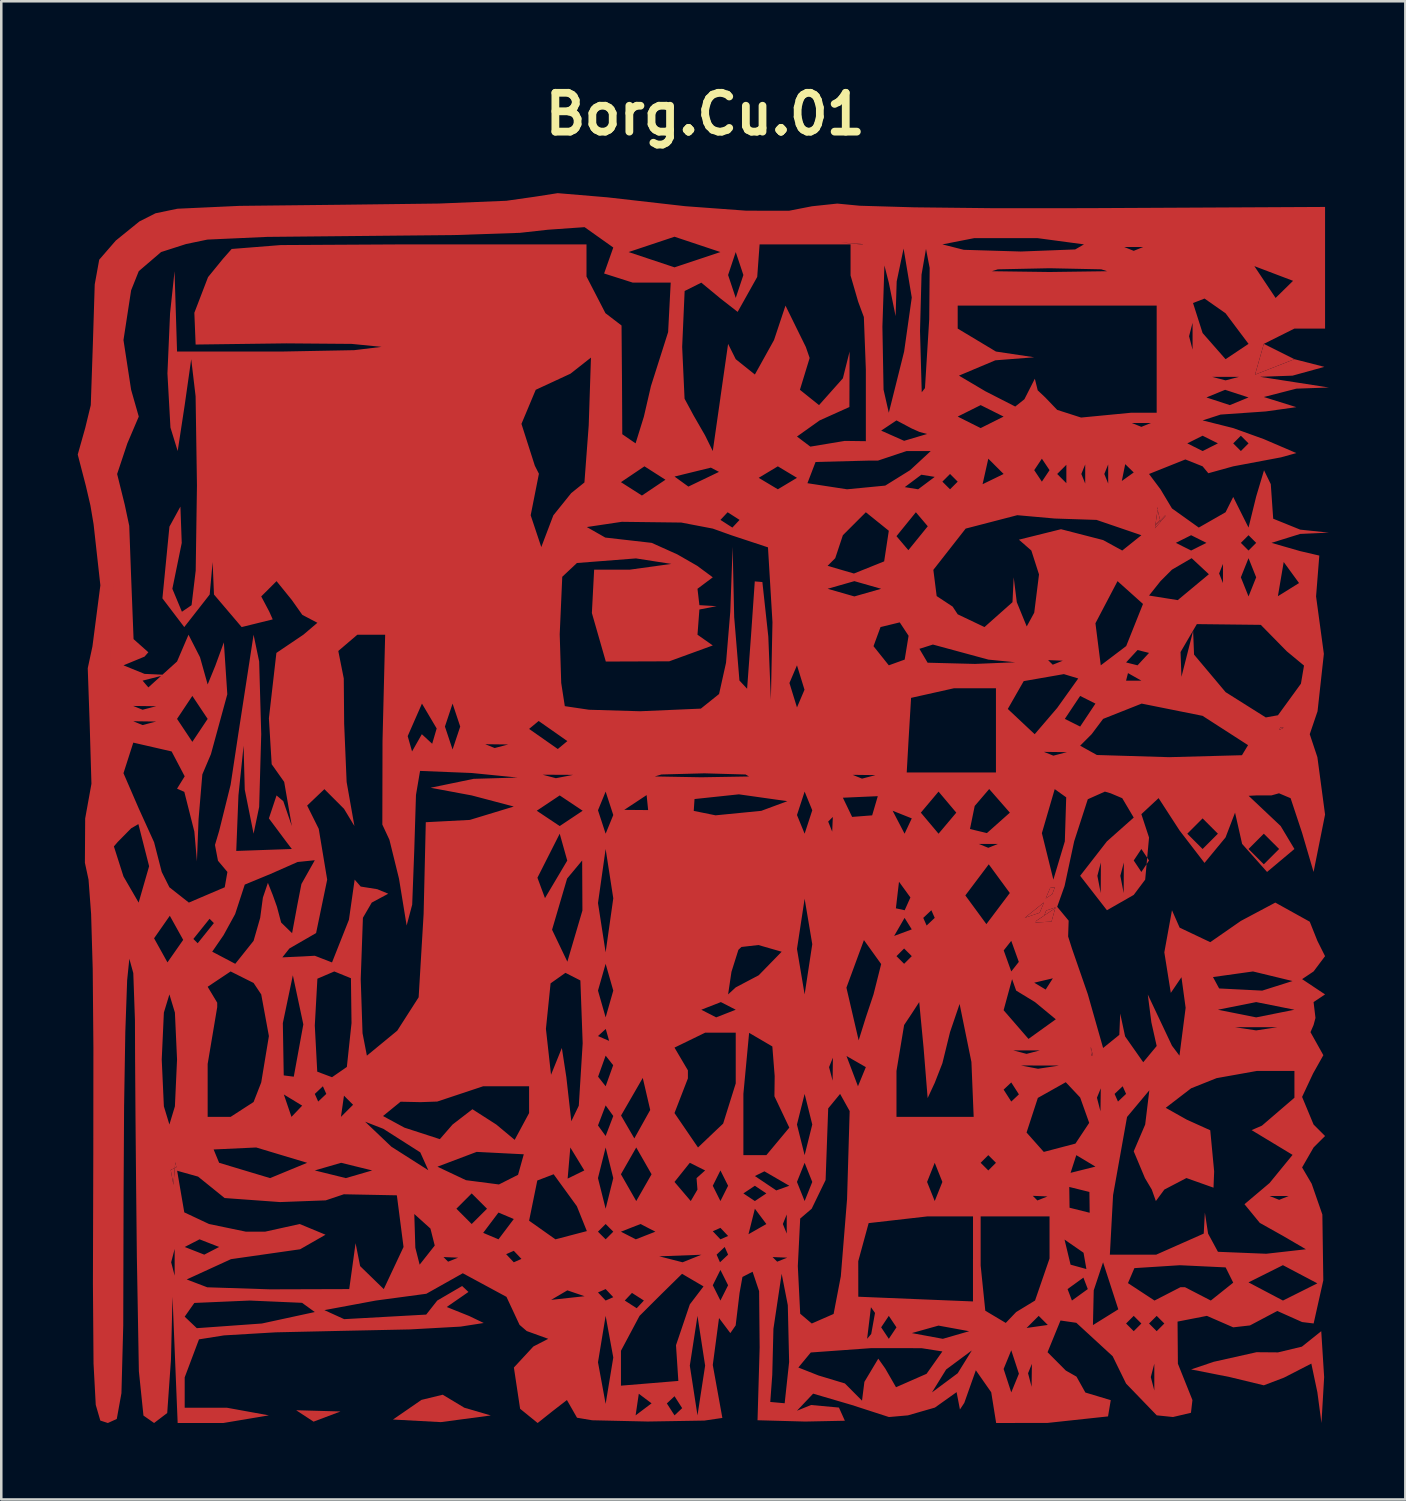
<source format=kicad_pcb>
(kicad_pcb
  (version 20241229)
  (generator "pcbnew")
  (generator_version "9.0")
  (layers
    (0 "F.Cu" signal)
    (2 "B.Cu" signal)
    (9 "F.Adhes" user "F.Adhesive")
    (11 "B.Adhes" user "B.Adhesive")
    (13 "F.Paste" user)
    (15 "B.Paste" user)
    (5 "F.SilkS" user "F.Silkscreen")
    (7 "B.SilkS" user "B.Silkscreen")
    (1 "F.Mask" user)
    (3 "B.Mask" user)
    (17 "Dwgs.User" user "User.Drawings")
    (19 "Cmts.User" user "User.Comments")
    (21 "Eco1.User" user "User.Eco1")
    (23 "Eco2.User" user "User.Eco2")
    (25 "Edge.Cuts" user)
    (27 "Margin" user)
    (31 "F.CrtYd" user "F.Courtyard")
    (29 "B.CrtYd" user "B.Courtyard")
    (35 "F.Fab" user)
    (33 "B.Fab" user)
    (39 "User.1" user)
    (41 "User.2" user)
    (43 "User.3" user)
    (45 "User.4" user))
  (footprint "Borg.Cu.01"
    (layer "F.Cu")
    (at 24.62 28.718)
    (property "Reference" "Borg.Cu.01" (at 0 -27.292 0) (layer "F.SilkS") (effects (font (size 1.524 1.524) (thickness 0.305))))
    (attr smd)
    (fp_poly (pts (xy -24.009 13.483) (xy -23.201 1.444) (xy -22.825 2.622) (xy -22.23 3.648) (xy -21.819 2.221) (xy -22.24 0.568) (xy -22.525 0.735) (xy -23.051 1.269) (xy -23.201 1.444) (xy -24.009 13.483) (xy -23.074 -13.169) (xy -22.776 -11.968) (xy -22.599 -11.136) (xy -22.525 -9.136) (xy -22.429 -6.69) (xy -21.849 -6.174) (xy -21.999 -6.003) (xy -22.825 -5.662) (xy -21.999 -5.326) (xy -21.174 -5.29) (xy -22.075 -5.061) (xy -21.849 -4.796) (xy -20.723 -5.812) (xy -20.273 -6.863) (xy -19.822 -5.98) (xy -19.522 -4.911) (xy -19.222 -5.644) (xy -18.886 -6.563) (xy -18.751 -4.527) (xy -19.394 -2.175) (xy -19.731 -1.38) (xy -19.879 0.377) (xy -19.943 2.029) (xy -20.044 0.861) (xy -20.438 -0.697) (xy -20.723 -0.822) (xy -20.423 -1.307) (xy -20.936 -2.283) (xy -22.44 -2.629) (xy -22.825 -1.429) (xy -22.225 -0.043) (xy -21.624 1.28) (xy -21.324 2.446) (xy -21.023 3.047) (xy -20.26 3.648) (xy -18.852 3.047) (xy -18.852 3.047) (xy -18.747 2.446) (xy -19.117 2.006) (xy -19.235 1.387) (xy -19.071 0.836) (xy -18.621 -0.975) (xy -18.321 -2.959) (xy -18.02 -4.911) (xy -17.72 -6.863) (xy -17.501 -5.812) (xy -17.42 -2.959) (xy -17.501 -0.106) (xy -17.72 0.945) (xy -18.066 -0.782) (xy -18.112 -2.509) (xy -18.314 -0.557) (xy -18.4 1.621) (xy -16.219 1.545) (xy -16.444 1.25) (xy -17.119 0.344) (xy -16.819 -0.557) (xy -16.554 -0.331) (xy -16.219 0.645) (xy -16.519 -1.088) (xy -17.01 -1.781) (xy -17.119 -3.582) (xy -16.825 -6.149) (xy -15.767 -6.863) (xy -15.216 -7.331) (xy -15.807 -7.641) (xy -16.219 -8.224) (xy -16.819 -8.965) (xy -17.42 -8.365) (xy -17.102 -7.764) (xy -16.969 -7.464) (xy -18.188 -7.163) (xy -19.274 -8.44) (xy -19.327 -9.716) (xy -19.442 -8.44) (xy -20.44 -7.163) (xy -21.297 -8.29) (xy -21.022 -11.103) (xy -20.591 -11.89) (xy -20.539 -10.463) (xy -20.907 -8.665) (xy -20.532 -7.764) (xy -20.153 -8.022) (xy -19.991 -9.38) (xy -19.942 -12.719) (xy -19.995 -16.219) (xy -20.167 -17.674) (xy -20.423 -15.872) (xy -20.698 -14.07) (xy -20.982 -14.993) (xy -21.1 -17.116) (xy -20.997 -19.476) (xy -20.821 -21.128) (xy -20.772 -19.551) (xy -20.723 -17.974) (xy -16.619 -17.974) (xy -13.774 -18.028) (xy -12.698 -18.158) (xy -13.872 -18.274) (xy -16.438 -18.295) (xy -19.994 -18.249) (xy -20.044 -19.495) (xy -19.507 -20.894) (xy -18.921 -21.613) (xy -18.58 -21.999) (xy -16.654 -22.152) (xy -11.789 -22.179) (xy -4.657 -22.179) (xy -4.657 -20.919) (xy -3.914 -19.48) (xy -3.282 -18.996) (xy -3.264 -16.836) (xy -3.253 -14.73) (xy -2.731 -14.371) (xy -2.405 -15.422) (xy -2.129 -16.615) (xy -1.454 -18.738) (xy -1.353 -20.678) (xy -2.84 -20.678) (xy -3.966 -21.037) (xy -3.606 -22.056) (xy -4.732 -22.855) (xy -6.169 -22.754) (xy -7.27 -22.632) (xy -9.858 -22.544) (xy -13.372 -22.51) (xy -17.187 -22.473) (xy -19.532 -22.367) (xy -20.368 -22.193) (xy -21.349 -21.878) (xy -22.225 -21.128) (xy -22.525 -20.377) (xy -22.825 -18.425) (xy -22.525 -16.473) (xy -22.225 -15.422) (xy -22.673 -14.371) (xy -23.074 -13.169) (xy -24.009 13.483) (xy -24.005 9.338) (xy -24.032 6.25) (xy -21.007 4.165) (xy -21.624 5.049) (xy -21.099 5.994) (xy -20.482 5.111) (xy -21.007 4.165) (xy -24.032 6.25) (xy -22.444 -4.068) (xy -22.075 -3.919) (xy -21.543 -4.057) (xy -21.543 -4.057) (xy -22.444 -4.068) (xy -24.032 6.25) (xy -24.095 4.094) (xy -21.023 7.251) (xy -21.24 7.964) (xy -21.324 9.804) (xy -21.24 11.643) (xy -21.023 12.356) (xy -20.807 11.643) (xy -20.723 9.804) (xy -20.807 7.964) (xy -21.023 7.251) (xy -24.095 4.094) (xy -19.147 7.575) (xy -19.147 7.75) (xy -19.522 9.979) (xy -19.522 12.056) (xy -18.621 12.056) (xy -17.72 11.473) (xy -17.42 10.705) (xy -17.119 8.885) (xy -17.42 7.251) (xy -17.72 6.801) (xy -18.621 6.35) (xy -19.522 6.951) (xy -19.147 7.575) (xy -24.095 4.094) (xy -18.444 4.099) (xy -18.9 4.93) (xy -19.343 5.574) (xy -18.439 6.05) (xy -17.72 5.149) (xy -17.461 4.248) (xy -17.355 3.453) (xy -17.158 2.873) (xy -16.969 3.347) (xy -16.804 3.807) (xy -16.639 4.429) (xy -16.209 4.849) (xy -15.993 3.687) (xy -15.843 2.919) (xy -15.318 1.986) (xy -15.993 2.055) (xy -17.062 2.527) (xy -18.066 2.942) (xy -18.444 4.099) (xy -24.095 4.094) (xy -22.444 -3.468) (xy -22.075 -3.318) (xy -21.543 -3.456) (xy -21.543 -3.456) (xy -22.444 -3.468) (xy -24.095 4.094) (xy -24.196 2.747) (xy -24.339 2.084) (xy -24.328 0.348) (xy -24.082 -1.014) (xy -20.719 14.17) (xy -20.439 15.803) (xy -19.467 16.26) (xy -18.019 16.561) (xy -17.27 16.561) (xy -15.91 16.26) (xy -14.897 16.68) (xy -15.894 17.251) (xy -18.607 17.639) (xy -20.344 18.435) (xy -19.538 18.743) (xy -17.079 18.823) (xy -13.967 18.813) (xy -13.842 17.912) (xy -13.842 17.912) (xy -13.718 17.011) (xy -13.539 17.912) (xy -12.612 18.813) (xy -11.836 17.161) (xy -12.098 15.134) (xy -14.178 15.093) (xy -14.889 15.332) (xy -16.681 15.399) (xy -18.856 15.241) (xy -19.898 14.4) (xy -20.719 14.17) (xy -24.082 -1.014) (xy -24.152 -3.392) (xy -20.423 17.161) (xy -19.655 17.462) (xy -19.072 17.161) (xy -19.84 16.861) (xy -20.423 17.161) (xy -24.152 -3.392) (xy -20.723 -3.56) (xy -20.123 -2.659) (xy -19.522 -3.56) (xy -20.123 -4.461) (xy -20.723 -3.56) (xy -24.152 -3.392) (xy -24.227 -5.548) (xy -24.043 -6.403) (xy -23.732 -8.802) (xy -23.998 -11.2) (xy -24.122 -11.935) (xy -24.301 -12.703) (xy -24.62 -13.932) (xy -24.327 -14.971) (xy -24.108 -15.872) (xy -24.026 -18.275) (xy -23.953 -20.608) (xy -23.777 -21.578) (xy -23.126 -22.329) (xy -22.199 -23.08) (xy -21.568 -23.399) (xy 13.042 -22.424) (xy 10.557 -22.424) (xy 9.307 -22.179) (xy 10.147 -21.966) (xy 12.385 -21.899) (xy 14.52 -21.981) (xy 14.863 -22.179) (xy 13.042 -22.424) (xy -21.568 -23.399) (xy -20.709 -23.578) (xy -18.273 -23.69) (xy -14.26 -23.734) (xy 5.704 -22.179) (xy 3.919 -22.179) (xy 2.135 -22.179) (xy 2.042 -20.902) (xy 1.274 -19.53) (xy 0.599 -20.056) (xy -0.152 -20.677) (xy -0.806 -20.35) (xy -0.903 -18.157) (xy -0.809 -16.124) (xy -0.453 -15.463) (xy -0.002 -14.68) (xy 0.298 -14.07) (xy 0.599 -16.173) (xy 0.598 -16.173) (xy 0.899 -18.275) (xy 1.199 -17.674) (xy 1.95 -17.073) (xy 2.701 -18.425) (xy 3.151 -19.776) (xy 3.602 -18.858) (xy 3.949 -18.154) (xy 4.099 -17.721) (xy 3.717 -16.473) (xy 4.467 -15.872) (xy 5.403 -16.923) (xy 5.666 -17.974) (xy 5.659 -15.797) (xy 4.492 -15.272) (xy 3.602 -14.639) (xy 4.127 -14.243) (xy 5.478 -14.468) (xy 6.304 -14.457) (xy 6.304 -17.284) (xy 6.226 -19.328) (xy 6.004 -19.926) (xy 5.704 -20.96) (xy 5.704 -22.179) (xy -14.26 -23.734) (xy 8.664 -22.002) (xy 8.489 -20.991) (xy 8.43 -18.783) (xy 8.497 -16.376) (xy 8.624 -16.539) (xy 8.791 -19.242) (xy 8.808 -21.257) (xy 8.664 -22.002) (xy -14.26 -23.734) (xy -10.449 -23.781) (xy 7.785 -22.016) (xy 7.514 -20.722) (xy 7.472 -19.362) (xy 7.205 -20.677) (xy 7.033 -21.352) (xy 6.954 -18.95) (xy 6.999 -16.479) (xy 7.205 -15.572) (xy 7.506 -16.773) (xy 7.806 -17.974) (xy 8.106 -20.094) (xy 7.785 -22.016) (xy -10.449 -23.781) (xy -1.203 -22.479) (xy -3.005 -21.878) (xy -1.203 -21.278) (xy 0.598 -21.878) (xy -1.203 -22.479) (xy -10.449 -23.781) (xy -7.801 -23.89) (xy -6.69 -24.048) (xy 1.199 -21.878) (xy 0.899 -20.977) (xy 1.199 -20.077) (xy 1.499 -20.977) (xy 1.199 -21.878) (xy -6.69 -24.048) (xy 15.539 -21.2) (xy 13.512 -21.243) (xy 11.485 -21.2) (xy 11.244 -21.126) (xy 13.512 -21.095) (xy 15.779 -21.126) (xy 15.539 -21.2) (xy -6.69 -24.048) (xy -5.787 -24.189) (xy -3.837 -24.025) (xy -0.781 -23.677) (xy 17.19 -22.077) (xy 16.44 -22.077) (xy 16.815 -21.926) (xy 17.19 -22.077) (xy -0.781 -23.677) (xy 1.614 -23.501) (xy 3.291 -23.499) (xy 4.192 -23.675) (xy 5.184 -23.78) (xy 13.812 -19.776) (xy 9.908 -19.776) (xy 9.908 -18.875) (xy 11.409 -17.974) (xy 12.911 -17.749) (xy 11.385 -17.63) (xy 9.958 -17.029) (xy 10.994 -16.416) (xy 12.166 -15.816) (xy 12.526 -16.103) (xy 12.935 -16.908) (xy 13.048 -16.452) (xy 13.344 -16.173) (xy 13.812 -15.685) (xy 14.75 -15.384) (xy 16.702 -15.572) (xy 17.716 -15.572) (xy 17.716 -17.674) (xy 17.716 -19.776) (xy 13.812 -19.776) (xy 5.184 -23.78) (xy 6.068 -23.695) (xy 6.78 -13.695) (xy 6.429 -13.695) (xy 4.331 -13.641) (xy 4.012 -12.808) (xy 5.567 -12.569) (xy 7.066 -12.714) (xy 8.041 -13.32) (xy 8.851 -14.07) (xy 7.903 -14.07) (xy 6.78 -13.695) (xy 6.068 -23.695) (xy 6.905 -14.871) (xy 7.806 -14.471) (xy 8.707 -14.739) (xy 8.406 -14.821) (xy 8.106 -14.954) (xy 7.506 -15.272) (xy 6.905 -14.871) (xy 6.068 -23.695) (xy 8.202 -23.633) (xy 21.548 -21.326) (xy 22.382 -20.077) (xy 23.067 -20.749) (xy 21.548 -21.326) (xy 8.202 -23.633) (xy 11.265 -23.599) (xy 14.938 -23.6) (xy 19.893 -16.98) (xy 20.419 -16.843) (xy 20.944 -16.98) (xy 19.893 -16.98) (xy 14.938 -23.6) (xy 19.124 -19.101) (xy 18.987 -18.575) (xy 19.124 -18.049) (xy 19.124 -19.101) (xy 14.938 -23.6) (xy 19.518 -18.7) (xy 20.419 -17.674) (xy 21.32 -18.275) (xy 20.869 -18.875) (xy 20.419 -19.476) (xy 19.593 -20.053) (xy 19.142 -19.878) (xy 19.518 -18.7) (xy 14.938 -23.6) (xy 24.323 -23.648) (xy 24.323 -21.262) (xy 24.323 -18.875) (xy 23.121 -18.875) (xy 21.92 -18.275) (xy 21.32 -16.173) (xy 20.401 -16.473) (xy 19.668 -16.173) (xy 20.586 -15.872) (xy 21.32 -16.173) (xy 21.92 -18.275) (xy 23.121 -17.674) (xy 16.74 -15.17) (xy 17.115 -15.019) (xy 17.491 -15.17) (xy 16.74 -15.17) (xy 23.121 -17.674) (xy 24.296 -17.373) (xy 23.046 -17.028) (xy 21.77 -16.983) (xy 23.121 -16.773) (xy 14.172 -13.53) (xy 13.812 -13.17) (xy 14.172 -12.809) (xy 14.172 -13.53) (xy 23.121 -16.773) (xy 14.912 -13.545) (xy 14.76 -13.17) (xy 14.912 -12.794) (xy 14.912 -13.545) (xy 23.121 -16.773) (xy 13.512 -13.32) (xy 13.211 -13.77) (xy 12.911 -13.32) (xy 13.211 -12.869) (xy 13.512 -13.32) (xy 23.121 -16.773) (xy 24.473 -16.563) (xy 23.196 -16.518) (xy 21.92 -16.19) (xy 23.196 -15.792) (xy -2.383 -13.47) (xy -3.305 -12.849) (xy -2.482 -12.324) (xy -1.559 -12.944) (xy -2.383 -13.47) (xy 23.196 -15.792) (xy 10.809 -14.971) (xy 11.71 -15.422) (xy 10.809 -15.872) (xy 9.908 -15.422) (xy 10.809 -14.971) (xy 23.196 -15.792) (xy 21.995 -15.624) (xy 20.225 -15.501) (xy 11.109 -13.77) (xy 10.884 -12.768) (xy 11.71 -13.17) (xy 11.109 -13.77) (xy 20.225 -15.501) (xy 19.518 -15.272) (xy 15.355 -11.368) (xy 13.716 -11.422) (xy 12.246 -11.553) (xy 10.221 -11.027) (xy 8.953 -9.408) (xy 9.083 -8.379) (xy 9.71 -7.966) (xy 9.908 -7.664) (xy 10.959 -7.163) (xy 12.058 -8.139) (xy 12.106 -9.115) (xy 12.227 -8.139) (xy 12.617 -7.187) (xy 12.911 -7.726) (xy 13.099 -9.228) (xy 12.798 -10.166) (xy 12.31 -10.592) (xy 13.962 -11.003) (xy 15.614 -10.577) (xy 16.365 -10.166) (xy 17.115 -10.767) (xy 15.355 -11.368) (xy 19.518 -15.272) (xy 15.813 -13.545) (xy 15.661 -13.17) (xy 15.813 -12.794) (xy 15.813 -13.545) (xy 19.518 -15.272) (xy 16.815 -13.23) (xy 16.481 -13.556) (xy 16.348 -12.895) (xy 16.815 -13.23) (xy 19.518 -15.272) (xy 20.118 -14.371) (xy 19.518 -14.671) (xy 18.917 -14.371) (xy 19.518 -14.07) (xy 20.118 -14.371) (xy 19.518 -15.272) (xy 21.019 -14.671) (xy 20.719 -14.371) (xy 21.019 -14.07) (xy 21.32 -14.371) (xy 21.019 -14.671) (xy 19.518 -15.272) (xy 20.719 -14.971) (xy 21.92 -14.538) (xy 23.196 -13.99) (xy 22.596 -13.823) (xy 20.719 -13.47) (xy 19.743 -13.199) (xy 19.518 -13.47) (xy 18.842 -13.74) (xy 17.416 -13.17) (xy 17.179 -8.07) (xy 16.18 -8.965) (xy 15.313 -7.313) (xy 15.522 -5.662) (xy 16.52 -6.418) (xy 17.179 -8.07) (xy 17.416 -13.17) (xy 18.316 -9.416) (xy 17.866 -8.965) (xy 17.416 -8.4) (xy 18.542 -8.22) (xy 19.764 -9.236) (xy 19.088 -9.866) (xy 18.316 -9.416) (xy 17.416 -13.17) (xy 18.467 -10.467) (xy 19.067 -10.166) (xy 19.668 -10.467) (xy 19.067 -10.767) (xy 18.467 -10.467) (xy 17.416 -13.17) (xy 17.866 -12.569) (xy 16.965 -6.262) (xy 16.515 -5.775) (xy 16.965 -5.662) (xy 17.416 -6.149) (xy 16.965 -6.262) (xy 17.866 -12.569) (xy 6.304 -11.668) (xy 5.403 -10.767) (xy 5.103 -9.866) (xy 4.803 -9.566) (xy 5.837 -9.264) (xy 7.023 -9.741) (xy 7.205 -10.942) (xy 6.304 -11.668) (xy 17.866 -12.569) (xy -5.958 -11.547) (xy -5.257 -12.419) (xy -4.738 -12.837) (xy -4.57 -15.078) (xy -4.482 -17.737) (xy -5.286 -17.105) (xy -6.649 -16.473) (xy -7.209 -15.136) (xy -6.684 -13.494) (xy -6.524 -13.179) (xy -6.847 -11.549) (xy -6.431 -10.302) (xy -5.958 -11.547) (xy 17.866 -12.569) (xy 8.734 -11.118) (xy 8.267 -11.668) (xy 7.506 -10.73) (xy 7.972 -10.18) (xy 8.734 -11.118) (xy 17.866 -12.569) (xy 1.349 -11.368) (xy 0.881 -11.668) (xy 0.599 -11.368) (xy 1.067 -11.067) (xy 1.349 -11.368) (xy 17.866 -12.569) (xy 9.608 -12.569) (xy 9.908 -12.869) (xy 9.608 -13.17) (xy 9.307 -12.869) (xy 9.608 -12.569) (xy 17.866 -12.569) (xy 18.316 -11.818) (xy 11.409 -4.761) (xy 9.758 -4.761) (xy 8.079 -4.385) (xy 7.98 -2.734) (xy 7.908 -1.457) (xy 9.659 -1.457) (xy 11.409 -1.457) (xy 11.409 -3.109) (xy 11.409 -4.761) (xy 18.316 -11.818) (xy 12.498 -5.042) (xy 11.874 -3.95) (xy 12.929 -2.959) (xy 13.812 -3.99) (xy 14.638 -5.146) (xy 14.074 -5.317) (xy 12.498 -5.042) (xy 18.316 -11.818) (xy 12.167 -5.782) (xy 11.113 -5.886) (xy 8.936 -6.477) (xy 8.406 -6.309) (xy 8.728 -5.765) (xy 10.584 -5.717) (xy 12.167 -5.782) (xy 18.316 -11.818) (xy 13.455 -5.867) (xy 13.637 -5.686) (xy 14.031 -5.843) (xy 13.455 -5.867) (xy 18.316 -11.818) (xy 21.019 -9.115) (xy 21.32 -8.365) (xy 21.62 -9.115) (xy 21.32 -9.866) (xy 21.019 -9.115) (xy 18.316 -11.818) (xy -0.659 -12.675) (xy 0.542 -13.252) (xy 0.223 -13.419) (xy -1.203 -13.069) (xy -0.659 -12.675) (xy 18.316 -11.818) (xy 2.851 -12.569) (xy 3.602 -13.019) (xy 2.851 -13.47) (xy 2.1 -13.019) (xy 2.851 -12.569) (xy 18.316 -11.818) (xy 8.356 -12.569) (xy 9.007 -13.056) (xy 8.482 -13.141) (xy 7.831 -12.654) (xy 8.356 -12.569) (xy 18.316 -11.818) (xy 19.368 -11.067) (xy 22.821 -6.212) (xy 21.801 -7.25) (xy 19.292 -7.279) (xy 18.652 -6.182) (xy 18.688 -5.211) (xy 18.917 -6.112) (xy 19.146 -7.013) (xy 19.182 -6.083) (xy 20.42 -4.61) (xy 21.997 -3.617) (xy 22.475 -3.703) (xy 23.376 -4.942) (xy 23.497 -5.652) (xy 22.821 -6.212) (xy 19.368 -11.067) (xy 20.317 -9.641) (xy 20.166 -9.266) (xy 20.317 -8.89) (xy 20.317 -9.641) (xy 19.368 -11.067) (xy 21.32 -10.767) (xy 21.019 -10.467) (xy 21.32 -10.166) (xy 21.62 -10.467) (xy 21.32 -10.767) (xy 19.368 -11.067) (xy 20.419 -11.668) (xy 22.7 -9.716) (xy 22.472 -8.374) (xy 23.302 -8.89) (xy 22.7 -9.716) (xy 20.419 -11.668) (xy 20.719 -12.269) (xy 21.019 -11.668) (xy 21.32 -11.067) (xy 21.62 -12.286) (xy 21.928 -13.315) (xy 22.193 -12.771) (xy 22.288 -11.415) (xy 23.347 -10.986) (xy 24.473 -10.868) (xy 24.287 22.266) (xy 24.182 24.068) (xy 24.022 22.867) (xy 24.022 22.867) (xy 23.784 21.737) (xy 22.711 22.288) (xy 21.92 22.589) (xy 20.586 22.266) (xy 19.067 21.966) (xy 19.955 21.666) (xy 21.633 21.29) (xy 22.477 21.297) (xy 23.414 21.072) (xy 24.173 20.465) (xy 24.287 22.266) (xy 24.473 -10.868) (xy 23.347 -10.818) (xy 22.22 -10.467) (xy 23.347 -10.143) (xy 24.097 -9.968) (xy 23.97 -8.365) (xy 24.276 -6.112) (xy 20.118 0.945) (xy 19.518 0.344) (xy 18.917 0.945) (xy 19.518 1.545) (xy 20.118 0.945) (xy 24.276 -6.112) (xy 24.028 -3.86) (xy 21.301 -2.53) (xy 19.516 -3.68) (xy 17.127 -4.16) (xy 15.614 -3.56) (xy 15.163 -2.959) (xy 14.713 -2.508) (xy 15.37 -2.143) (xy 18.203 -2.058) (xy 21.062 -2.135) (xy 21.301 -2.53) (xy 24.028 -3.86) (xy 23.722 -2.959) (xy 17.115 -5.061) (xy 16.59 -5.357) (xy 16.515 -5.061) (xy 17.115 -5.061) (xy 23.722 -2.959) (xy 7.981 -6.821) (xy 7.634 -7.347) (xy 6.88 -7.163) (xy 6.605 -6.413) (xy 7.205 -5.662) (xy 7.828 -5.887) (xy 7.981 -6.821) (xy 23.722 -2.959) (xy 24.022 -2.058) (xy 14.166 -0.482) (xy 13.715 -0.804) (xy 13.211 0.923) (xy 13.662 2.747) (xy 14.112 1.245) (xy 14.166 -0.482) (xy 24.022 -2.058) (xy -3.906 -0.707) (xy -4.206 0.026) (xy -3.906 0.945) (xy -3.606 0.212) (xy -3.906 -0.707) (xy 24.022 -2.058) (xy 3.902 -0.707) (xy 3.602 0.212) (xy 3.902 0.945) (xy 4.202 0.026) (xy 3.902 -0.707) (xy 24.022 -2.058) (xy 9.157 -0.707) (xy 8.462 0.119) (xy 9.157 0.945) (xy 9.853 0.119) (xy 9.157 -0.707) (xy 24.022 -2.058) (xy 11.144 -0.808) (xy 10.575 -0.143) (xy 10.39 0.761) (xy 11.054 0.921) (xy 11.955 0.119) (xy 11.144 -0.808) (xy 24.022 -2.058) (xy 6.773 -0.528) (xy 5.403 -0.467) (xy 5.766 0.286) (xy 6.552 0.225) (xy 6.773 -0.528) (xy 24.022 -2.058) (xy -2.298 -0.57) (xy -3.176 0.01) (xy -2.238 0.018) (xy -2.238 0.018) (xy -2.298 -0.57) (xy 24.022 -2.058) (xy 1.322 -0.6) (xy -0.418 -0.415) (xy -0.449 0.05) (xy 0.407 0.224) (xy 2.2 0.048) (xy 3.224 -0.331) (xy 1.322 -0.6) (xy 24.022 -2.058) (xy 6.905 -8.665) (xy 5.854 -8.965) (xy 4.803 -8.665) (xy 5.854 -8.365) (xy 6.905 -8.665) (xy 24.022 -2.058) (xy 24.323 0.194) (xy 23.872 2.446) (xy 23.422 0.913) (xy 22.971 -0.448) (xy 22.516 -0.641) (xy -7.36 -1.258) (xy -9.161 -1.437) (xy -11.188 -1.519) (xy -11.348 -0.574) (xy -11.414 1.563) (xy -11.496 3.727) (xy -11.714 4.548) (xy -12.014 2.71) (xy -12.39 1.183) (xy -12.668 0.587) (xy -12.661 -2.684) (xy -12.557 -6.863) (xy -13.648 -6.863) (xy -14.396 -6.225) (xy -14.181 -5.146) (xy -14.166 -3.374) (xy -14.069 -1.084) (xy -13.763 0.644) (xy -14.171 -0.031) (xy -14.942 -0.803) (xy -15.618 -0.159) (xy -15.163 0.755) (xy -14.832 2.747) (xy -15.267 4.844) (xy -16.315 5.449) (xy -16.592 5.797) (xy -15.781 5.76) (xy -15.318 5.734) (xy -14.642 5.996) (xy -13.979 4.323) (xy -13.754 2.747) (xy -13.516 3.019) (xy -12.868 3.122) (xy -12.436 3.3) (xy -13.083 3.648) (xy -13.43 4.244) (xy -13.516 6.651) (xy -13.445 8.771) (xy -13.274 9.654) (xy -12.083 8.674) (xy -11.243 7.363) (xy -11.048 4.094) (xy -10.963 0.494) (xy -9.236 0.404) (xy -7.51 -0.121) (xy -9.161 -0.557) (xy -10.776 -0.858) (xy -9.086 -1.208) (xy -7.36 -1.258) (xy 22.516 -0.641) (xy -5.179 -1.364) (xy -6.38 -1.37) (xy -5.858 -1.233) (xy -5.179 -1.364) (xy -5.179 -1.364) (xy 22.516 -0.641) (xy -1.975 -1.302) (xy -0.152 -1.269) (xy 1.721 -1.301) (xy 1.585 -1.378) (xy 1.585 -1.378) (xy -0.031 -1.424) (xy -1.718 -1.379) (xy -1.975 -1.302) (xy 22.516 -0.641) (xy 6.685 -1.354) (xy 5.784 -1.365) (xy 6.154 -1.216) (xy 6.685 -1.354) (xy 6.685 -1.354) (xy 22.516 -0.641) (xy -11.502 -2.283) (xy -11.118 -2.959) (xy -10.712 -2.584) (xy -10.536 -3.184) (xy -11.113 -4.16) (xy -11.673 -2.884) (xy -11.502 -2.283) (xy 22.516 -0.641) (xy 14.193 -2.255) (xy 13.292 -2.266) (xy 13.662 -2.117) (xy 14.193 -2.255) (xy 14.193 -2.255) (xy 22.516 -0.641) (xy -9.912 -2.359) (xy -9.612 -3.259) (xy -9.912 -4.16) (xy -10.212 -3.259) (xy -9.912 -2.359) (xy 22.516 -0.641) (xy 22.216 -0.557) (xy -8.26 -2.417) (xy -7.729 -2.556) (xy -7.729 -2.556) (xy -8.63 -2.567) (xy -8.26 -2.417) (xy 22.216 -0.557) (xy 21.624 -0.557) (xy 21.324 -0.542) (xy 22.521 1.545) (xy 21.92 0.945) (xy 21.32 1.545) (xy 21.92 2.146) (xy 22.521 1.545) (xy 21.324 -0.542) (xy -5.783 -2.378) (xy -5.408 -2.689) (xy -6.534 -3.478) (xy -6.909 -3.167) (xy -5.783 -2.378) (xy 21.324 -0.542) (xy 22.581 0.644) (xy 23.121 1.545) (xy 22.047 2.446) (xy 17.416 1.996) (xy 17.115 1.545) (xy 16.815 1.996) (xy 17.115 2.446) (xy 17.416 1.996) (xy 22.047 2.446) (xy 21.068 1.344) (xy 20.791 0.118) (xy 20.419 1.09) (xy 19.593 2.091) (xy 18.617 0.823) (xy 17.791 -0.451) (xy 17.115 0.178) (xy 15.526 2.075) (xy 15.389 2.597) (xy 15.52 3.276) (xy 15.526 2.075) (xy 15.526 2.075) (xy 17.115 0.178) (xy 16.427 2.075) (xy 16.29 2.597) (xy 16.421 3.276) (xy 16.427 2.075) (xy 16.427 2.075) (xy 17.115 0.178) (xy 17.416 1.095) (xy 17.265 2.747) (xy 16.815 3.347) (xy 15.764 3.948) (xy 14.713 2.596) (xy 15.764 1.245) (xy 16.815 0.312) (xy 16.365 -0.448) (xy 15.909 -0.641) (xy 15.684 -0.707) (xy 14.112 -3.56) (xy 14.713 -3.259) (xy 15.313 -4.16) (xy 14.713 -4.461) (xy 14.112 -3.56) (xy 15.684 -0.707) (xy 15.013 -0.407) (xy 12.202 7.101) (xy 12.042 6.651) (xy 11.71 7.871) (xy 12.686 8.997) (xy 13.758 8.227) (xy 12.941 7.552) (xy 12.202 7.101) (xy 15.013 -0.407) (xy 12.306 5.975) (xy 12.01 5.149) (xy 11.714 5.524) (xy 12.01 6.35) (xy 12.306 5.975) (xy 15.013 -0.407) (xy 14.478 1.245) (xy 12.911 6.791) (xy 13.36 7.06) (xy 13.642 6.619) (xy 12.911 6.791) (xy 14.478 1.245) (xy 14.102 2.997) (xy 8.398 7.552) (xy 8.106 8.002) (xy 7.806 8.452) (xy 7.506 10.254) (xy 7.506 12.056) (xy 9.02 12.056) (xy 10.535 12.056) (xy 10.447 9.903) (xy 9.983 7.626) (xy 9.608 8.728) (xy 9.307 9.954) (xy 9.007 10.722) (xy 8.729 11.319) (xy 8.57 9.349) (xy 8.398 7.552) (xy 14.102 2.997) (xy 5.545 9.668) (xy 5.995 10.855) (xy 6.304 10.104) (xy 5.545 9.668) (xy 14.102 2.997) (xy 6.304 8.152) (xy 6.605 7.251) (xy 6.905 6.06) (xy 6.229 5.119) (xy 5.542 6.986) (xy 6.022 9.053) (xy 6.304 8.152) (xy 14.102 2.997) (xy 11.953 3.272) (xy 11.127 2.146) (xy 10.208 3.367) (xy 11.034 4.493) (xy 11.953 3.272) (xy 14.102 2.997) (xy 10.734 1.347) (xy 11.109 1.498) (xy 11.485 1.347) (xy 10.734 1.347) (xy 14.102 2.997) (xy 5.008 0.288) (xy 4.826 0.469) (xy 4.984 0.864) (xy 5.008 0.288) (xy 14.102 2.997) (xy 7.824 0.945) (xy 8.106 0.344) (xy 7.355 0.044) (xy 7.824 0.945) (xy 14.102 2.997) (xy 13.812 3.813) (xy 16.005 15.125) (xy 15.879 17.462) (xy 17.698 17.462) (xy 19.562 16.636) (xy 19.562 16.636) (xy 19.607 15.81) (xy 19.733 16.636) (xy 20.12 17.35) (xy 22.015 17.427) (xy 23.572 17.251) (xy 22.663 16.721) (xy 21.762 16.216) (xy 21.161 15.483) (xy 22.145 14.652) (xy 23.048 13.547) (xy 21.44 12.576) (xy 21.845 12.401) (xy 23.121 11.305) (xy 23.121 10.254) (xy 21.645 10.254) (xy 20.068 10.536) (xy 19.067 10.935) (xy 18.071 11.701) (xy 18.896 12.165) (xy 19.818 12.582) (xy 19.971 14.196) (xy 19.946 14.834) (xy 18.883 14.456) (xy 18.016 14.909) (xy 17.684 15.359) (xy 17.524 14.909) (xy 17.256 14.459) (xy 16.815 13.407) (xy 17.265 12.356) (xy 17.428 11.013) (xy 16.553 12.06) (xy 16.005 15.125) (xy 13.812 3.813) (xy 15.068 12.291) (xy 14.713 11.295) (xy 14.149 10.696) (xy 13.053 11.312) (xy 12.61 12.67) (xy 13.286 13.431) (xy 14.528 13.105) (xy 15.068 12.291) (xy 13.812 3.813) (xy 15.522 10.936) (xy 15.372 11.305) (xy 15.51 11.837) (xy 15.522 10.936) (xy 15.522 10.936) (xy 13.812 3.813) (xy 16.064 11.155) (xy 16.197 11.455) (xy 16.515 11.155) (xy 16.382 10.855) (xy 16.064 11.155) (xy 13.812 3.813) (xy 5.011 9.734) (xy 4.861 10.104) (xy 5 10.635) (xy 5.011 9.734) (xy 5.011 9.734) (xy 13.812 3.813) (xy 13.891 10.043) (xy 12.39 10.039) (xy 13.061 10.168) (xy 13.891 10.043) (xy 13.891 10.043) (xy 13.812 3.813) (xy 8.106 5.75) (xy 7.806 5.449) (xy 7.506 5.75) (xy 7.806 6.05) (xy 8.106 5.75) (xy 13.812 3.813) (xy 14.262 4.357) (xy 4.202 5.281) (xy 3.902 3.497) (xy 3.602 5.467) (xy 3.902 7.251) (xy 4.202 5.281) (xy 14.262 4.357) (xy 8.106 4.699) (xy 7.824 4.248) (xy 7.414 4.957) (xy 8.106 4.699) (xy 14.262 4.357) (xy 14.241 4.977) (xy 15.313 14.008) (xy 14.562 13.558) (xy 14.337 14.252) (xy 15.313 14.008) (xy 14.241 4.977) (xy 9.007 4.248) (xy 8.875 3.948) (xy 8.557 4.248) (xy 8.689 4.548) (xy 9.007 4.248) (xy 14.241 4.977) (xy 14.391 5.449) (xy 15.013 7.241) (xy 15.612 17.762) (xy 15.246 18.863) (xy 15.215 20.226) (xy 16.21 19.607) (xy 15.612 17.762) (xy 15.013 7.241) (xy 13.136 9.447) (xy 12.085 9.447) (xy 12.611 9.584) (xy 13.136 9.447) (xy 15.013 7.241) (xy 15.614 9.353) (xy 9.007 13.858) (xy 8.707 14.609) (xy 9.007 15.359) (xy 9.307 14.609) (xy 9.007 13.858) (xy 15.614 9.353) (xy 12.31 11.173) (xy 12.01 10.705) (xy 11.71 10.987) (xy 12.01 11.455) (xy 12.31 11.173) (xy 15.614 9.353) (xy 7.605 2.83) (xy 7.483 3.873) (xy 7.828 3.948) (xy 8.053 3.447) (xy 7.605 2.83) (xy 15.614 9.353) (xy 16.25 8.838) (xy 15.013 18.813) (xy 14.841 18.363) (xy 14.219 18.813) (xy 14.391 19.263) (xy 15.013 18.813) (xy 16.25 8.838) (xy 14.846 17.387) (xy 14.1 16.87) (xy 14.337 17.855) (xy 14.958 18.027) (xy 14.846 17.387) (xy 16.25 8.838) (xy 15.087 15.818) (xy 15.076 15.002) (xy 14.286 14.806) (xy 14.297 15.621) (xy 15.087 15.818) (xy 16.25 8.838) (xy 16.285 8.002) (xy 16.477 8.899) (xy 17.188 9.912) (xy 17.716 9.275) (xy 17.507 8.344) (xy 17.367 7.254) (xy 18.316 9.263) (xy 12.854 15.154) (xy 13.036 15.336) (xy 13.43 15.178) (xy 12.854 15.154) (xy 18.316 9.263) (xy 18.61 9.654) (xy 22.446 8.538) (xy 20.794 8.538) (xy 21.62 8.663) (xy 22.446 8.538) (xy 18.61 9.654) (xy 20.118 7.852) (xy 21.62 8.152) (xy 23.121 7.852) (xy 21.62 7.552) (xy 20.118 7.852) (xy 18.61 9.654) (xy 19.925 6.57) (xy 20.167 7.017) (xy 21.857 7.102) (xy 23.046 6.726) (xy 21.495 6.35) (xy 19.925 6.57) (xy 18.61 9.654) (xy 18.852 7.777) (xy 18.688 6.576) (xy 18.27 7.191) (xy 18.016 5.6) (xy 18.316 3.948) (xy 18.617 4.631) (xy 19.818 5.201) (xy 21.019 4.367) (xy 22.371 3.648) (xy 23.722 4.398) (xy 24.022 5.149) (xy 24.323 5.75) (xy 23.872 6.35) (xy 23.422 6.651) (xy 23.872 6.951) (xy 22.896 15.161) (xy 22.145 15.161) (xy 22.521 15.312) (xy 22.896 15.161) (xy 23.872 6.951) (xy 24.323 7.251) (xy 23.872 7.552) (xy 23.947 8.173) (xy 23.872 8.452) (xy 23.751 8.732) (xy 24.256 9.636) (xy 23.852 10.355) (xy 23.422 11.273) (xy 23.872 12.356) (xy 24.323 12.807) (xy 23.872 13.257) (xy 23.422 14.04) (xy 24.02 18.588) (xy 22.669 17.875) (xy 21.319 18.55) (xy 22.671 19.263) (xy 24.02 18.588) (xy 23.422 14.04) (xy 23.797 14.679) (xy 24.217 15.888) (xy 24.254 18.469) (xy 23.875 20.162) (xy 20.719 18.561) (xy 20.422 17.962) (xy 18.625 17.877) (xy 16.841 17.991) (xy 16.589 18.579) (xy 17.631 19.263) (xy 18.651 18.738) (xy 18.824 18.738) (xy 19.84 19.263) (xy 20.719 18.561) (xy 23.875 20.162) (xy 23.422 20.107) (xy 22.448 19.672) (xy 16.815 19.864) (xy 16.515 20.164) (xy 16.815 20.465) (xy 17.115 20.164) (xy 16.815 19.864) (xy 22.448 19.672) (xy 17.716 19.864) (xy 17.416 20.164) (xy 17.716 20.465) (xy 18.016 20.164) (xy 17.716 19.864) (xy 22.448 19.672) (xy 21.377 20.239) (xy 20.719 20.314) (xy 19.686 19.864) (xy 18.535 20.089) (xy 17.623 21.741) (xy 17.485 22.266) (xy 17.623 22.792) (xy 17.623 21.741) (xy 18.535 20.089) (xy 18.548 21.741) (xy 12.943 19.263) (xy 13.512 17.612) (xy 13.512 15.96) (xy 12.16 15.96) (xy 10.809 15.96) (xy 10.809 17.887) (xy 10.991 19.662) (xy 11.794 20.141) (xy 12.202 19.714) (xy 12.943 19.263) (xy 18.548 21.741) (xy 19.119 23.167) (xy 19.061 23.667) (xy 18.356 23.833) (xy 17.718 23.767) (xy 16.515 22.521) (xy 15.989 21.448) (xy 14.563 20.136) (xy 13.086 19.864) (xy 12.611 20.339) (xy 13.443 20.221) (xy 13.086 19.864) (xy 14.563 20.136) (xy 13.942 20.046) (xy 9.907 22.117) (xy 10.463 21.22) (xy 9.454 21.969) (xy 8.899 22.867) (xy 9.907 22.117) (xy 13.942 20.046) (xy 12.31 22.134) (xy 12.01 21.215) (xy 11.71 21.948) (xy 12.01 22.867) (xy 12.31 22.134) (xy 13.942 20.046) (xy 12.819 21.747) (xy 12.669 22.116) (xy 12.808 22.648) (xy 12.819 21.747) (xy 12.819 21.747) (xy 13.942 20.046) (xy 13.434 21.29) (xy 6.354 20.765) (xy 6.515 20.575) (xy 6.664 19.749) (xy 6.504 19.525) (xy 6.354 20.765) (xy 13.434 21.29) (xy 7.205 20.765) (xy 7.506 20.314) (xy 7.205 19.864) (xy 6.905 20.314) (xy 7.205 20.765) (xy 13.434 21.29) (xy 10.359 20.466) (xy 9.155 20.246) (xy 8.107 20.54) (xy 9.325 20.765) (xy 10.359 20.466) (xy 13.434 21.29) (xy 6.008 19.113) (xy 8.258 19.206) (xy 10.508 19.298) (xy 10.508 17.629) (xy 10.509 17.629) (xy 10.509 15.96) (xy 8.731 15.96) (xy 6.414 16.225) (xy 6.006 17.719) (xy 6.008 19.113) (xy 13.434 21.29) (xy 14.152 22.011) (xy 14.569 22.248) (xy 14.918 22.872) (xy 15.914 23.172) (xy 15.807 23.809) (xy 13.44 24.064) (xy 11.417 24.068) (xy 11.224 22.863) (xy 10.62 21.999) (xy 10.809 13.858) (xy 11.109 14.158) (xy 11.409 13.858) (xy 11.109 13.558) (xy 10.809 13.858) (xy 10.62 21.999) (xy 10.167 23.279) (xy 9.996 23.538) (xy 9.865 22.857) (xy 6.154 23.192) (xy 6.247 22.454) (xy 6.792 21.543) (xy 7.066 21.931) (xy 7.488 22.664) (xy 8.686 22.138) (xy 9.307 21.26) (xy 8.491 21.132) (xy 6.53 21.129) (xy 4.143 21.301) (xy 3.656 21.891) (xy 4.446 22.203) (xy 5.482 22.516) (xy 6.154 23.192) (xy 9.865 22.857) (xy 9.014 23.463) (xy 7.956 23.768) (xy 7.211 23.834) (xy 5.748 23.36) (xy 3.294 21.672) (xy 3.242 19.444) (xy 3.001 18.212) (xy 2.678 20.372) (xy 2.632 22.182) (xy 2.554 23.242) (xy 3.119 23.293) (xy 3.294 21.672) (xy 5.748 23.36) (xy 4.236 22.916) (xy 3.602 23.586) (xy 3.635 17.912) (xy 3.728 19.78) (xy 4.182 20.164) (xy 5.039 19.789) (xy 5.322 18.311) (xy 5.567 15.284) (xy 5.669 11.828) (xy 5.294 11.155) (xy 4.827 11.723) (xy 4.725 14.534) (xy 4.179 15.66) (xy 3.728 16.046) (xy 3.635 17.912) (xy 3.602 23.586) (xy 3.22 17.58) (xy 2.644 17.557) (xy 2.826 17.738) (xy 3.22 17.58) (xy 3.602 23.586) (xy 3.2 15.885) (xy 3.048 16.26) (xy 3.2 16.636) (xy 3.2 15.885) (xy 3.602 23.586) (xy 3.301 14.759) (xy 2.325 14.193) (xy 1.95 14.377) (xy 2.79 14.942) (xy 3.301 14.759) (xy 3.602 23.586) (xy 3.601 14.609) (xy 3.902 15.359) (xy 4.202 14.609) (xy 3.902 13.858) (xy 3.601 14.609) (xy 3.602 23.586) (xy 3.301 12.478) (xy 3.301 12.478) (xy 2.717 11.247) (xy 2.727 10.457) (xy 2.635 9.293) (xy 1.724 8.759) (xy 1.499 11.155) (xy 1.499 13.558) (xy 2.4 13.558) (xy 3.301 12.478) (xy 3.602 23.586) (xy 3.306 -4.968) (xy 3.602 -4.01) (xy 3.897 -4.704) (xy 3.602 -5.662) (xy 3.306 -4.968) (xy 3.602 23.586) (xy 4.153 23.362) (xy 5.248 23.462) (xy 5.481 23.979) (xy 3.923 24.011) (xy 2.054 23.96) (xy 2.4 16.26) (xy 1.95 15.66) (xy 1.699 16.661) (xy 2.4 16.26) (xy 2.054 23.96) (xy 2.137 21.106) (xy 2.116 18.895) (xy 0.899 14.759) (xy 0.598 14.158) (xy 0.298 14.759) (xy 0.598 15.359) (xy 0.899 14.759) (xy 2.116 18.895) (xy 3.902 13.558) (xy 4.202 12.356) (xy 3.902 11.155) (xy 3.601 12.356) (xy 3.902 13.558) (xy 2.116 18.895) (xy 0.425 12.584) (xy 0.705 12.32) (xy 1.199 10.742) (xy 1.199 8.753) (xy -0.002 8.753) (xy -1.204 9.338) (xy -0.678 10.23) (xy -0.678 10.545) (xy -1.204 11.906) (xy -0.282 13.257) (xy 0.425 12.584) (xy 2.116 18.895) (xy 1.86 18.132) (xy 0.598 18.062) (xy 0.298 18.663) (xy 0.598 19.263) (xy 0.899 18.663) (xy 0.598 18.062) (xy 1.86 18.132) (xy -7.51 17.311) (xy -7.81 17.444) (xy -7.51 17.762) (xy -7.21 17.629) (xy -7.51 17.311) (xy 1.86 18.132) (xy -0.886 17.762) (xy -0.15 17.466) (xy -1.804 17.527) (xy -0.886 17.762) (xy 1.86 18.132) (xy 0.899 17.462) (xy 0.766 17.161) (xy 0.448 17.462) (xy 0.581 17.762) (xy 0.899 17.462) (xy 1.86 18.132) (xy -8.111 16.861) (xy -7.51 16.064) (xy -8.111 15.81) (xy -8.711 16.607) (xy -8.111 16.861) (xy 1.86 18.132) (xy 0.899 16.729) (xy 0.598 16.411) (xy 0.298 16.543) (xy 0.598 16.861) (xy 0.899 16.729) (xy 1.86 18.132) (xy -2.104 14.308) (xy -2.705 13.257) (xy -3.306 14.308) (xy -2.705 15.359) (xy -2.104 14.308) (xy 1.86 18.132) (xy -0.303 14.909) (xy -0.339 14.459) (xy -0.002 14.158) (xy -0.603 13.858) (xy -1.204 14.609) (xy -0.566 15.359) (xy -0.303 14.909) (xy 1.86 18.132) (xy 1.499 15.059) (xy 1.95 15.359) (xy 2.4 15.059) (xy 1.95 14.759) (xy 1.499 15.059) (xy 1.86 18.132) (xy 1.462 18.337) (xy 1.199 7.852) (xy 0.616 7.552) (xy -0.152 7.852) (xy 0.431 8.152) (xy 1.199 7.852) (xy 1.462 18.337) (xy 1.199 6.975) (xy 2.1 6.5) (xy 3.001 5.576) (xy 2.088 5.313) (xy 1.423 5.389) (xy 1.303 5.502) (xy 1.031 6.365) (xy 0.899 7.251) (xy 1.199 6.975) (xy 1.462 18.337) (xy 1.349 18.963) (xy -0.302 19.864) (xy -0.603 21.816) (xy -0.302 23.768) (xy -0.002 21.816) (xy -0.302 19.864) (xy 1.349 18.963) (xy -2.78 12.901) (xy -2.157 11.785) (xy -2.449 10.527) (xy -3.301 12.003) (xy -2.78 12.901) (xy 1.349 18.963) (xy 1.196 20.239) (xy -0.603 19.414) (xy -0.065 18.708) (xy -0.908 18.214) (xy -1.749 19.04) (xy -2.575 19.864) (xy -3.305 21.234) (xy -3.305 22.603) (xy -2.179 22.51) (xy -1.053 22.417) (xy -1.145 21.016) (xy -1.145 21.016) (xy -0.603 19.414) (xy 1.196 20.239) (xy 0.987 20.54) (xy 0.543 19.949) (xy 0.298 21.791) (xy 0.674 23.869) (xy -2.73 23.768) (xy -2.104 23.296) (xy -2.605 22.92) (xy -2.73 23.768) (xy 0.674 23.869) (xy -1.203 23.768) (xy -0.903 23.485) (xy -1.203 23.017) (xy -1.504 23.3) (xy -1.203 23.768) (xy 0.674 23.869) (xy -0.032 23.973) (xy -2.254 24.01) (xy -3.906 23.318) (xy -3.606 21.498) (xy -3.906 19.864) (xy -4.206 21.684) (xy -3.906 23.318) (xy -2.254 24.01) (xy -4.432 23.961) (xy -4.732 19.093) (xy -5.408 18.863) (xy -6.043 19.236) (xy -4.732 19.093) (xy -4.432 23.961) (xy -4.206 18.945) (xy -3.906 19.263) (xy -3.606 19.131) (xy -3.906 18.813) (xy -4.206 18.945) (xy -4.432 23.961) (xy -4.643 16.538) (xy -5.035 15.562) (xy -5.946 14.308) (xy -6.588 14.553) (xy -6.909 16.13) (xy -5.876 16.861) (xy -4.643 16.538) (xy -4.432 23.961) (xy -4.207 16.561) (xy -3.906 16.861) (xy -3.606 16.561) (xy -3.906 16.26) (xy -4.207 16.561) (xy -4.432 23.961) (xy -4.207 14.459) (xy -3.906 15.66) (xy -3.606 14.459) (xy -3.906 13.257) (xy -4.207 14.459) (xy -4.432 23.961) (xy -4.206 12.392) (xy -3.906 12.807) (xy -3.606 12.021) (xy -3.906 11.606) (xy -4.206 12.392) (xy -4.432 23.961) (xy -4.807 9.165) (xy -4.897 6.703) (xy -5.483 6.404) (xy -6.066 6.817) (xy -6.249 8.603) (xy -6.049 10.404) (xy -5.624 9.353) (xy -5.448 10.497) (xy -5.253 12.228) (xy -4.959 11.617) (xy -4.807 9.165) (xy -4.432 23.961) (xy -4.202 10.479) (xy -3.906 10.855) (xy -3.61 10.029) (xy -3.906 9.654) (xy -4.202 10.479) (xy -4.432 23.961) (xy -4.206 8.885) (xy -3.769 9.074) (xy -3.901 8.606) (xy -4.206 8.885) (xy -4.432 23.961) (xy -4.206 7.101) (xy -3.906 8.152) (xy -3.606 7.101) (xy -3.906 6.05) (xy -4.206 7.101) (xy -4.432 23.961) (xy -4.817 3.959) (xy -4.827 1.996) (xy -5.418 2.705) (xy -6.008 4.713) (xy -5.408 5.967) (xy -4.817 3.959) (xy -4.432 23.961) (xy -4.206 3.665) (xy -3.906 5.6) (xy -3.606 3.48) (xy -3.906 1.545) (xy -4.206 3.665) (xy -4.432 23.961) (xy -4.807 0.044) (xy -5.708 -0.557) (xy -6.609 0.044) (xy -5.708 0.645) (xy -4.807 0.044) (xy -4.432 23.961) (xy -4.558 -3.919) (xy -2.555 -3.86) (xy -0.17 -3.963) (xy 0.545 -4.536) (xy 0.818 -5.763) (xy 0.985 -7.764) (xy 1.077 -10.317) (xy 1.138 -7.556) (xy 1.344 -5.066) (xy 1.645 -4.743) (xy 1.8 -6.845) (xy 1.946 -8.955) (xy 2.244 -8.93) (xy 2.477 -6.788) (xy 2.578 -4.31) (xy 2.64 -7.356) (xy 2.464 -10.291) (xy 1.024 -10.767) (xy 0.298 -11.027) (xy -0.938 -11.264) (xy -3.272 -11.293) (xy -4.644 -11.088) (xy -3.92 -10.675) (xy -2.099 -10.467) (xy -1.095 -10.016) (xy -0.312 -9.566) (xy 0.298 -9.115) (xy -0.302 -8.665) (xy -0.227 -8.023) (xy 0.448 -7.983) (xy -0.227 -7.852) (xy -0.302 -6.863) (xy 0.298 -6.442) (xy -1.41 -5.819) (xy -3.899 -5.81) (xy -4.446 -7.714) (xy -4.357 -9.416) (xy -2.955 -9.416) (xy -1.329 -9.641) (xy -2.716 -9.857) (xy -5.032 -9.677) (xy -5.608 -9.136) (xy -5.708 -6.878) (xy -5.649 -4.971) (xy -5.508 -4.06) (xy -4.558 -3.919) (xy -4.432 23.961) (xy -5.029 23.861) (xy -5.425 23.167) (xy -7.342 14.329) (xy -7.118 13.524) (xy -8.968 13.43) (xy -10.506 14.011) (xy -9.387 14.54) (xy -8.093 14.708) (xy -7.342 14.329) (xy -5.425 23.167) (xy -6.008 23.618) (xy -3.306 16.561) (xy -2.723 16.861) (xy -1.954 16.561) (xy -2.537 16.26) (xy -3.306 16.561) (xy -6.008 23.618) (xy -6.574 24.068) (xy -15.367 24.015) (xy -16.05 23.567) (xy -14.309 23.615) (xy -15.367 24.015) (xy -6.574 24.068) (xy -10.298 22.958) (xy -9.452 23.468) (xy -8.411 23.772) (xy -10.374 24.033) (xy -12.251 23.932) (xy -11.133 23.161) (xy -10.298 22.958) (xy -6.574 24.068) (xy -7.262 23.51) (xy -7.506 21.891) (xy -2.873 18.963) (xy -3.155 19.263) (xy -2.687 19.564) (xy -2.405 19.263) (xy -2.873 18.963) (xy -7.506 21.891) (xy -6.741 21.065) (xy -6.158 20.765) (xy -9.762 15.66) (xy -9.162 16.26) (xy -8.561 15.66) (xy -9.162 15.059) (xy -9.762 15.66) (xy -6.158 20.765) (xy -13.344 12.245) (xy -12.315 13.225) (xy -10.864 14.15) (xy -11.179 13.449) (xy -12.63 12.524) (xy -13.344 12.245) (xy -6.158 20.765) (xy -14.292 12.056) (xy -13.816 11.581) (xy -14.173 11.224) (xy -14.292 12.056) (xy -6.158 20.765) (xy -15.185 11.455) (xy -14.867 11.155) (xy -15 10.855) (xy -15.318 11.155) (xy -15.185 11.455) (xy -6.158 20.765) (xy -16.143 10.479) (xy -15.768 8.427) (xy -16.179 6.5) (xy -16.572 8.377) (xy -16.537 10.429) (xy -16.143 10.479) (xy -6.158 20.765) (xy -7.002 20.46) (xy -6.909 11.906) (xy -6.909 10.855) (xy -8.711 10.855) (xy -10.513 11.455) (xy -11.168 11.478) (xy -11.952 11.461) (xy -12.641 12.023) (xy -11.802 12.478) (xy -10.411 12.93) (xy -9.912 12.356) (xy -9.912 12.356) (xy -9.133 11.756) (xy -8.197 12.356) (xy -7.475 12.957) (xy -6.909 11.906) (xy -7.002 20.46) (xy -7.284 20.217) (xy -6.286 3.473) (xy -5.412 2) (xy -5.708 0.945) (xy -6.582 2.672) (xy -6.286 3.473) (xy -7.284 20.217) (xy -7.797 19.118) (xy -10.78 16.439) (xy -11.414 15.867) (xy -11.373 17.19) (xy -11.204 17.855) (xy -10.612 17.105) (xy -10.78 16.439) (xy -7.797 19.118) (xy -9.693 17.58) (xy -10.269 17.557) (xy -10.088 17.738) (xy -9.693 17.58) (xy -7.797 19.118) (xy -13.066 14.158) (xy -14.285 13.858) (xy -15.318 14.158) (xy -14.099 14.459) (xy -13.066 14.158) (xy -7.797 19.118) (xy -9.511 18.192) (xy -15.318 19.714) (xy -15.818 19.352) (xy -17.87 19.263) (xy -20.045 19.357) (xy -20.423 19.896) (xy -19.948 20.347) (xy -17.395 20.164) (xy -15.318 19.714) (xy -9.511 18.192) (xy -10.942 18.997) (xy -12.923 19.263) (xy -5.292 13.257) (xy -5.397 14.478) (xy -4.743 14.158) (xy -5.292 13.257) (xy -12.923 19.263) (xy -14.942 19.639) (xy -14.166 19.993) (xy -10.947 19.814) (xy -10.513 19.263) (xy -9.537 18.693) (xy -9.289 18.926) (xy -10.141 19.516) (xy -9.261 19.869) (xy -8.689 20.144) (xy -9.602 20.286) (xy -11.586 20.396) (xy -14.209 20.451) (xy -16.851 20.51) (xy -18.881 20.63) (xy -19.862 20.786) (xy -20.423 22.277) (xy -20.817 17.236) (xy -20.954 17.762) (xy -20.817 18.287) (xy -20.817 17.236) (xy -20.423 22.277) (xy -20.423 23.468) (xy -18.771 23.468) (xy -17.119 23.768) (xy -18.909 24.068) (xy -20.699 24.068) (xy -20.8 21.591) (xy -20.901 19.113) (xy -20.962 21.591) (xy -21.109 23.676) (xy -21.624 24.068) (xy -20.082 5.074) (xy -19.913 5.243) (xy -19.278 4.452) (xy -19.447 4.283) (xy -20.082 5.074) (xy -21.624 24.068) (xy -22.041 23.776) (xy -22.221 22.033) (xy -22.3 17.537) (xy -22.329 14.784) (xy -19.288 13.335) (xy -19.072 13.858) (xy -17.073 14.459) (xy -15.618 13.858) (xy -17.617 13.257) (xy -19.288 13.335) (xy -22.329 14.784) (xy -16.533 11.177) (xy -16.233 12.056) (xy -15.813 11.615) (xy -16.533 11.177) (xy -22.329 14.784) (xy -15.222 10.282) (xy -14.642 10.5) (xy -14.06 10.097) (xy -13.877 8.377) (xy -13.9 6.616) (xy -14.553 6.35) (xy -15.216 6.634) (xy -15.318 8.473) (xy -15.222 10.282) (xy -22.329 14.784) (xy -22.353 12.116) (xy -22.369 9.838) (xy -22.375 8.254) (xy -22.44 6.414) (xy -22.595 5.852) (xy -22.681 6.692) (xy -22.753 8.722) (xy -22.801 11.638) (xy -22.821 15.134) (xy -22.834 20.239) (xy -22.905 22.898) (xy -23.088 23.909) (xy -23.438 24.068) (xy -23.734 23.972) (xy -23.913 23.357) (xy -24 21.732) (xy -24.024 18.604) (xy -24.009 13.483) (xy -24.009 13.483)) (stroke (width 0) (type solid)) (fill yes) (layer "F.Cu")))
  (gr_rect
    (start -3 -3)
    (end 52.093 55.786)
    (stroke (width 0.1) (type default))
    (fill no)
    (layer "Edge.Cuts")))
</source>
